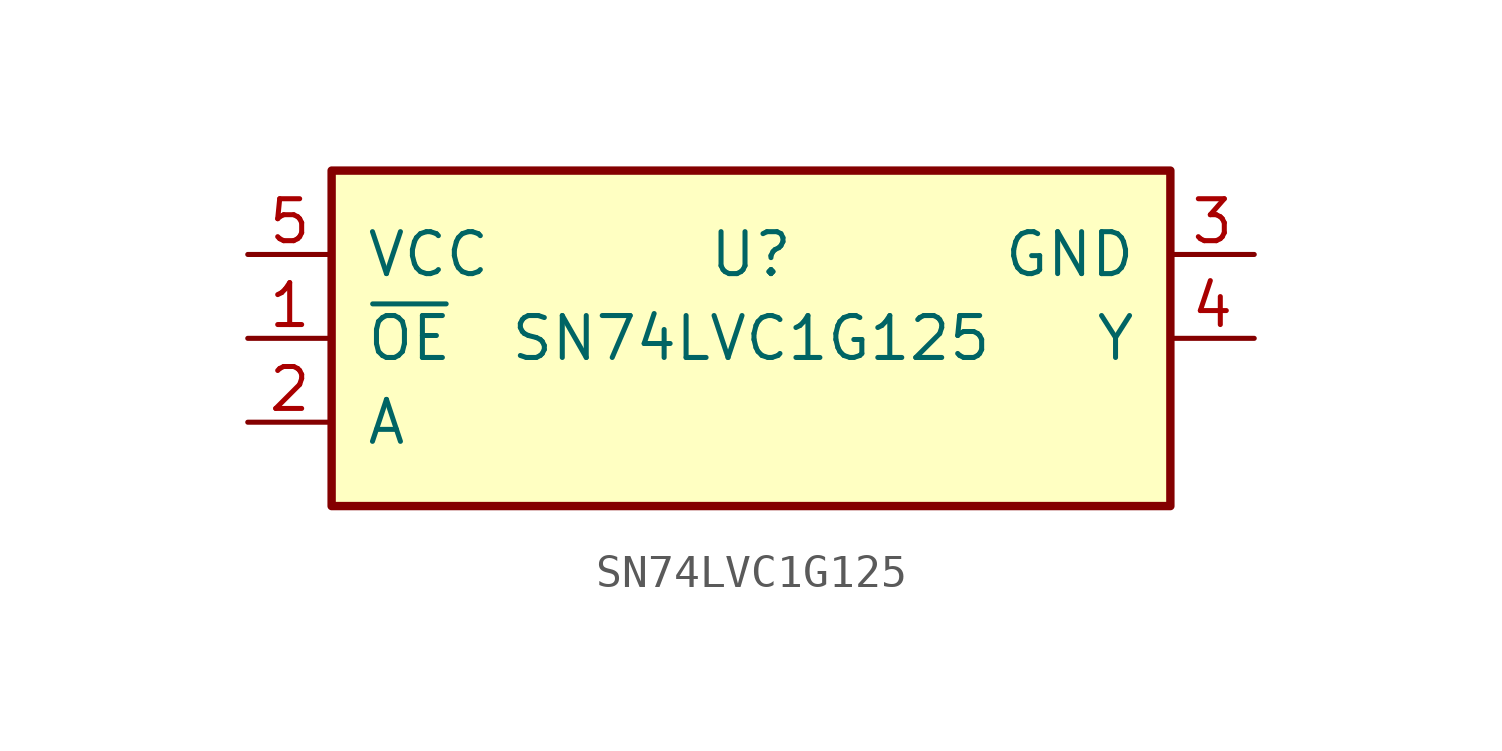
<source format=kicad_sym>
(kicad_symbol_lib
  (version 20220914)
  (generator kicad_symbol_editor)
  (symbol "SN74LVC1G125"
    (pin_names
      (offset 1.016))
    (property "Reference" "U"
      (at 0 2.54 0)
      (effects (font (size 1.27 1.27))))
    (property "Value" "SN74LVC1G125"
      (at 0 0 0)
      (effects (font (size 1.27 1.27))))
    (symbol "SN74LVC1G125_0_0"
      (rectangle (start -12.7 5.08) (end 12.7 -5.08) (stroke (width 0.254) (type solid)) (fill (type background)))
      (pin input line (at -15.24 0 0) (length 2.54) (name "~{OE}" (effects (font (size 1.27 1.27)))) (number "1" (effects (font (size 1.27 1.27)))))
      (pin input line (at -15.24 -2.54 0) (length 2.54) (name "A" (effects (font (size 1.27 1.27)))) (number "2" (effects (font (size 1.27 1.27)))))
      (pin power_in line (at 15.24 2.54 180) (length 2.54) (name "GND" (effects (font (size 1.27 1.27)))) (number "3" (effects (font (size 1.27 1.27)))))
      (pin output line (at 15.24 0 180) (length 2.54) (name "Y" (effects (font (size 1.27 1.27)))) (number "4" (effects (font (size 1.27 1.27)))))
      (pin power_in line (at -15.24 2.54 0) (length 2.54) (name "VCC" (effects (font (size 1.27 1.27)))) (number "5" (effects (font (size 1.27 1.27))))))))
</source>
